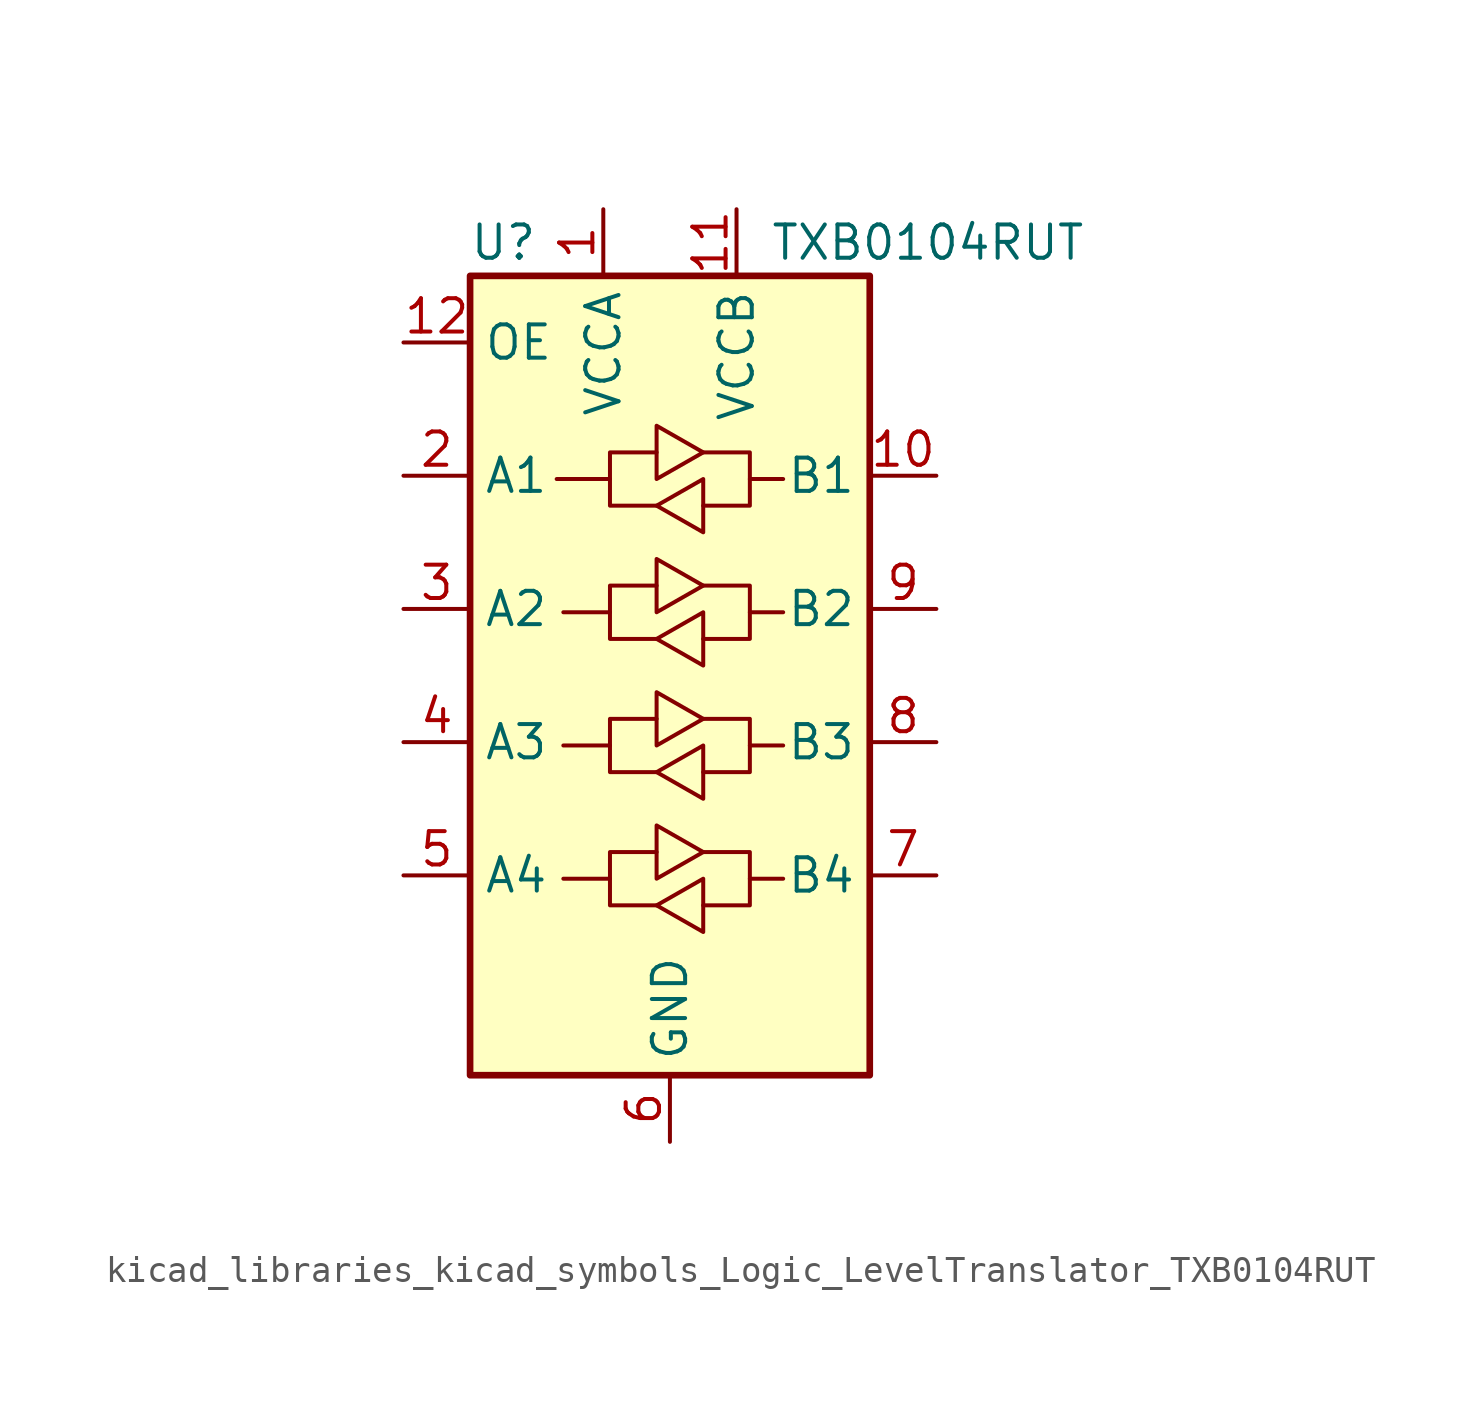
<source format=kicad_sym>
(kicad_symbol_lib
  (version 20220914)
  (generator kicad_symbol_editor)
  (symbol "kicad_libraries_kicad_symbols_Logic_LevelTranslator_TXB0104RUT"
    (property "Reference" "U"
      (at -6.35 16.51 0)
      (effects (font (size 1.27 1.27))))
    (property "Value" "TXB0104RUT"
      (at 3.81 16.51 0)
      (effects (font (size 1.27 1.27)) (justify left)))
    (symbol "kicad_libraries_kicad_symbols_Logic_LevelTranslator_TXB0104RUT_0_1"
      (rectangle (start -7.62 15.24) (end 7.62 -15.24) (stroke (width 0.254) (type default)) (fill (type background)))
      (polyline (pts (xy -2.286 -7.747) (xy -2.286 -6.731) (xy -0.508 -6.731)) (stroke (width 0) (type default)) (fill (type none)))
      (polyline (pts (xy -2.286 -2.667) (xy -2.286 -1.651) (xy -0.508 -1.651)) (stroke (width 0) (type default)) (fill (type none)))
      (polyline (pts (xy -2.286 2.413) (xy -2.286 3.429) (xy -0.508 3.429)) (stroke (width 0) (type default)) (fill (type none)))
      (polyline (pts (xy -2.286 7.493) (xy -2.286 8.509) (xy -0.508 8.509)) (stroke (width 0) (type default)) (fill (type none)))
      (polyline (pts (xy 3.048 -7.747) (xy 3.048 -8.763) (xy 1.27 -8.763)) (stroke (width 0) (type default)) (fill (type none)))
      (polyline (pts (xy 3.048 -2.667) (xy 3.048 -3.683) (xy 1.27 -3.683)) (stroke (width 0) (type default)) (fill (type none)))
      (polyline (pts (xy 3.048 2.413) (xy 3.048 1.397) (xy 1.27 1.397)) (stroke (width 0) (type default)) (fill (type none)))
      (polyline (pts (xy 3.048 7.493) (xy 3.048 6.477) (xy 1.27 6.477)) (stroke (width 0) (type default)) (fill (type none)))
      (polyline (pts (xy -0.508 -8.763) (xy -2.286 -8.763) (xy -2.286 -7.747) (xy -4.064 -7.747)) (stroke (width 0) (type default)) (fill (type none)))
      (polyline (pts (xy -0.508 -8.763) (xy 1.27 -7.747) (xy 1.27 -9.779) (xy -0.508 -8.763)) (stroke (width 0) (type default)) (fill (type none)))
      (polyline (pts (xy -0.508 -3.683) (xy -2.286 -3.683) (xy -2.286 -2.667) (xy -4.064 -2.667)) (stroke (width 0) (type default)) (fill (type none)))
      (polyline (pts (xy -0.508 -3.683) (xy 1.27 -2.667) (xy 1.27 -4.699) (xy -0.508 -3.683)) (stroke (width 0) (type default)) (fill (type none)))
      (polyline (pts (xy -0.508 1.397) (xy -2.286 1.397) (xy -2.286 2.413) (xy -4.064 2.413)) (stroke (width 0) (type default)) (fill (type none)))
      (polyline (pts (xy -0.508 1.397) (xy 1.27 2.413) (xy 1.27 0.381) (xy -0.508 1.397)) (stroke (width 0) (type default)) (fill (type none)))
      (polyline (pts (xy -0.508 6.477) (xy -2.286 6.477) (xy -2.286 7.493) (xy -4.318 7.493)) (stroke (width 0) (type default)) (fill (type none)))
      (polyline (pts (xy -0.508 6.477) (xy 1.27 7.493) (xy 1.27 5.461) (xy -0.508 6.477)) (stroke (width 0) (type default)) (fill (type none)))
      (polyline (pts (xy 1.27 -6.731) (xy -0.508 -7.747) (xy -0.508 -5.715) (xy 1.27 -6.731)) (stroke (width 0) (type default)) (fill (type none)))
      (polyline (pts (xy 1.27 -6.731) (xy 3.048 -6.731) (xy 3.048 -7.747) (xy 4.318 -7.747)) (stroke (width 0) (type default)) (fill (type none)))
      (polyline (pts (xy 1.27 -1.651) (xy -0.508 -2.667) (xy -0.508 -0.635) (xy 1.27 -1.651)) (stroke (width 0) (type default)) (fill (type none)))
      (polyline (pts (xy 1.27 -1.651) (xy 3.048 -1.651) (xy 3.048 -2.667) (xy 4.318 -2.667)) (stroke (width 0) (type default)) (fill (type none)))
      (polyline (pts (xy 1.27 3.429) (xy -0.508 2.413) (xy -0.508 4.445) (xy 1.27 3.429)) (stroke (width 0) (type default)) (fill (type none)))
      (polyline (pts (xy 1.27 3.429) (xy 3.048 3.429) (xy 3.048 2.413) (xy 4.318 2.413)) (stroke (width 0) (type default)) (fill (type none)))
      (polyline (pts (xy 1.27 8.509) (xy -0.508 7.493) (xy -0.508 9.525) (xy 1.27 8.509)) (stroke (width 0) (type default)) (fill (type none)))
      (polyline (pts (xy 1.27 8.509) (xy 3.048 8.509) (xy 3.048 7.493) (xy 4.318 7.493)) (stroke (width 0) (type default)) (fill (type none))))
    (symbol "kicad_libraries_kicad_symbols_Logic_LevelTranslator_TXB0104RUT_1_1"
      (pin power_in line (at -2.54 17.78 270) (length 2.54) (name "VCCA" (effects (font (size 1.27 1.27)))) (number "1" (effects (font (size 1.27 1.27)))))
      (pin tri_state line (at 10.16 7.62 180) (length 2.54) (name "B1" (effects (font (size 1.27 1.27)))) (number "10" (effects (font (size 1.27 1.27)))))
      (pin power_in line (at 2.54 17.78 270) (length 2.54) (name "VCCB" (effects (font (size 1.27 1.27)))) (number "11" (effects (font (size 1.27 1.27)))))
      (pin input line (at -10.16 12.7 0) (length 2.54) (name "OE" (effects (font (size 1.27 1.27)))) (number "12" (effects (font (size 1.27 1.27)))))
      (pin tri_state line (at -10.16 7.62 0) (length 2.54) (name "A1" (effects (font (size 1.27 1.27)))) (number "2" (effects (font (size 1.27 1.27)))))
      (pin tri_state line (at -10.16 2.54 0) (length 2.54) (name "A2" (effects (font (size 1.27 1.27)))) (number "3" (effects (font (size 1.27 1.27)))))
      (pin tri_state line (at -10.16 -2.54 0) (length 2.54) (name "A3" (effects (font (size 1.27 1.27)))) (number "4" (effects (font (size 1.27 1.27)))))
      (pin tri_state line (at -10.16 -7.62 0) (length 2.54) (name "A4" (effects (font (size 1.27 1.27)))) (number "5" (effects (font (size 1.27 1.27)))))
      (pin power_in line (at 0 -17.78 90) (length 2.54) (name "GND" (effects (font (size 1.27 1.27)))) (number "6" (effects (font (size 1.27 1.27)))))
      (pin tri_state line (at 10.16 -7.62 180) (length 2.54) (name "B4" (effects (font (size 1.27 1.27)))) (number "7" (effects (font (size 1.27 1.27)))))
      (pin tri_state line (at 10.16 -2.54 180) (length 2.54) (name "B3" (effects (font (size 1.27 1.27)))) (number "8" (effects (font (size 1.27 1.27)))))
      (pin tri_state line (at 10.16 2.54 180) (length 2.54) (name "B2" (effects (font (size 1.27 1.27)))) (number "9" (effects (font (size 1.27 1.27))))))))
</source>
